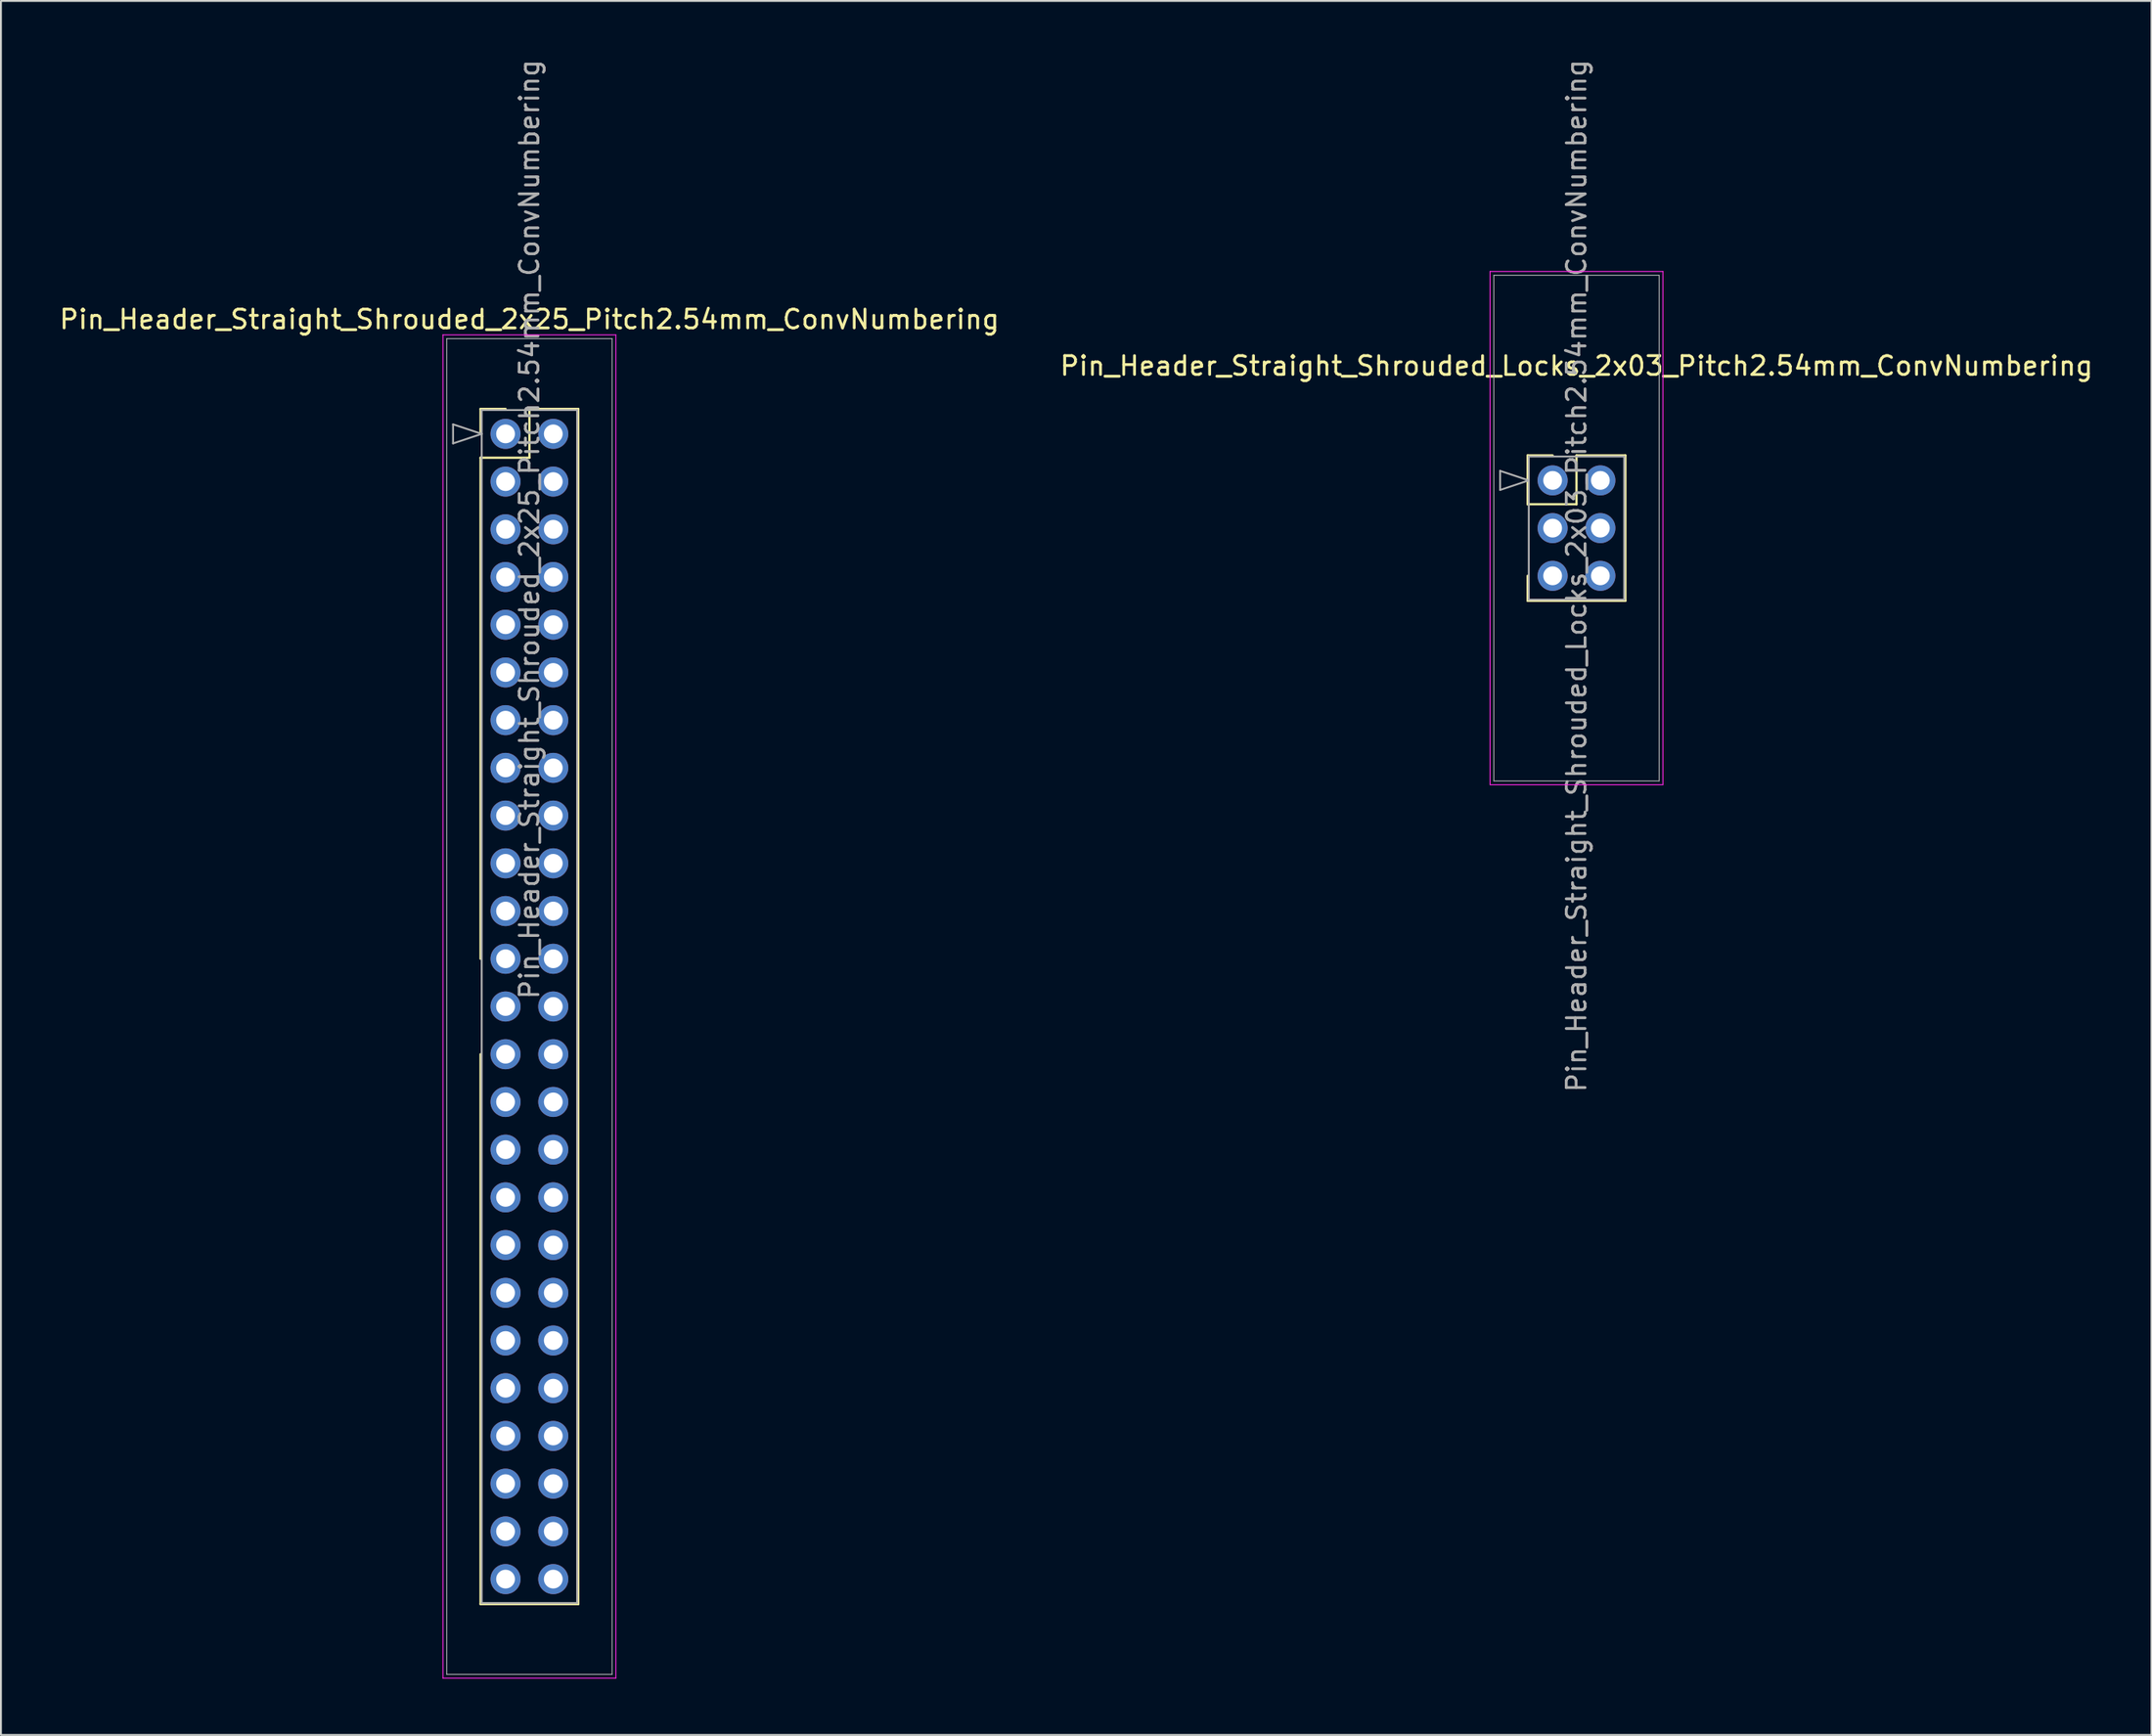
<source format=kicad_pcb>
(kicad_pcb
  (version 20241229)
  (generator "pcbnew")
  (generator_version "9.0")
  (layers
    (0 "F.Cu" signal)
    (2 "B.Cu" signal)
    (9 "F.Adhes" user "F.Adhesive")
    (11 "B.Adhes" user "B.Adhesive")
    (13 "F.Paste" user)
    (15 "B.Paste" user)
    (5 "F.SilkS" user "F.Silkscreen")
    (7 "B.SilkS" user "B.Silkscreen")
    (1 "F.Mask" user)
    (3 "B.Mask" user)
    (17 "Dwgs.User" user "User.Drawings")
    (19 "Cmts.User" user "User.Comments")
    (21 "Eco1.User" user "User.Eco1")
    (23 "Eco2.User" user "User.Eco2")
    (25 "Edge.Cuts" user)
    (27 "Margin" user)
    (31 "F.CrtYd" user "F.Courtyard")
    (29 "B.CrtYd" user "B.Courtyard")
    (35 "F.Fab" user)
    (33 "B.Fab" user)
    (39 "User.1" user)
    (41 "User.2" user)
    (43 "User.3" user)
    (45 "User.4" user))
  (footprint "Pin_Header_Straight_Shrouded_Locks_2x03_Pitch2.54mm_ConvNumbering"
    (layer "F.Cu")
    (at 79.581 22.521)
    (property "Reference" "Pin_Header_Straight_Shrouded_Locks_2x03_Pitch2.54mm_ConvNumbering" (at 1.27 -6.096 0) (layer "F.SilkS") (effects (font (size 1 1) (thickness 0.15))))
    (attr through_hole)
    (fp_line (start -1.33 -1.33) (end 0 -1.33) (stroke (width 0.12) (type solid)) (layer "F.SilkS"))
    (fp_line (start -1.33 0) (end -1.33 -1.33) (stroke (width 0.12) (type solid)) (layer "F.SilkS"))
    (fp_line (start -1.33 1.27) (end -1.33 0) (stroke (width 0.12) (type solid)) (layer "F.SilkS"))
    (fp_line (start -1.33 1.27) (end 1.27 1.27) (stroke (width 0.12) (type solid)) (layer "F.SilkS"))
    (fp_line (start -1.33 5.08) (end -1.33 6.41) (stroke (width 0.12) (type solid)) (layer "F.SilkS"))
    (fp_line (start -1.33 6.41) (end 3.87 6.41) (stroke (width 0.12) (type solid)) (layer "F.SilkS"))
    (fp_line (start 1.27 -1.33) (end 3.87 -1.33) (stroke (width 0.12) (type solid)) (layer "F.SilkS"))
    (fp_line (start 1.27 1.27) (end 1.27 -1.33) (stroke (width 0.12) (type solid)) (layer "F.SilkS"))
    (fp_line (start 3.87 -1.33) (end 3.87 6.41) (stroke (width 0.12) (type solid)) (layer "F.SilkS"))
    (fp_line (start -3.33 -11.12) (end -3.33 16.2) (stroke (width 0.05) (type solid)) (layer "F.CrtYd"))
    (fp_line (start -3.33 16.2) (end 5.87 16.2) (stroke (width 0.05) (type solid)) (layer "F.CrtYd"))
    (fp_line (start 5.87 -11.12) (end -3.33 -11.12) (stroke (width 0.05) (type solid)) (layer "F.CrtYd"))
    (fp_line (start 5.87 16.2) (end 5.87 -11.12) (stroke (width 0.05) (type solid)) (layer "F.CrtYd"))
    (fp_line (start -3.13 -10.92) (end -3.13 16) (stroke (width 0.05) (type solid)) (layer "F.Fab"))
    (fp_line (start -3.13 16) (end 5.67 16) (stroke (width 0.05) (type solid)) (layer "F.Fab"))
    (fp_line (start -2.794 -0.508) (end -1.27 0) (stroke (width 0.1) (type solid)) (layer "F.Fab"))
    (fp_line (start -2.794 0.508) (end -2.794 -0.508) (stroke (width 0.1) (type solid)) (layer "F.Fab"))
    (fp_line (start -1.27 -1.27) (end -1.27 6.35) (stroke (width 0.1) (type solid)) (layer "F.Fab"))
    (fp_line (start -1.27 0) (end -2.794 0.508) (stroke (width 0.1) (type solid)) (layer "F.Fab"))
    (fp_line (start -1.27 6.35) (end 3.81 6.35) (stroke (width 0.1) (type solid)) (layer "F.Fab"))
    (fp_line (start 3.81 -1.27) (end -1.27 -1.27) (stroke (width 0.1) (type solid)) (layer "F.Fab"))
    (fp_line (start 3.81 6.35) (end 3.81 -1.27) (stroke (width 0.1) (type solid)) (layer "F.Fab"))
    (fp_line (start 5.67 -10.92) (end -3.13 -10.92) (stroke (width 0.05) (type solid)) (layer "F.Fab"))
    (fp_line (start 5.67 16) (end 5.67 -10.92) (stroke (width 0.05) (type solid)) (layer "F.Fab"))
    (fp_text user "${REFERENCE}" (at 1.27 5.08 90) (layer "F.Fab") (effects (font (size 1 1) (thickness 0.15))))
    (pad "1" thru_hole oval (at 0 0) (size 1.6 1.6) (drill 1) (layers "*.Cu" "*.Mask"))
    (pad "2" thru_hole oval (at 2.54 0) (size 1.6 1.6) (drill 1) (layers "*.Cu" "*.Mask"))
    (pad "3" thru_hole oval (at 0 2.54) (size 1.6 1.6) (drill 1) (layers "*.Cu" "*.Mask"))
    (pad "4" thru_hole oval (at 2.54 2.54) (size 1.6 1.6) (drill 1) (layers "*.Cu" "*.Mask"))
    (pad "5" thru_hole oval (at 0 5.08) (size 1.6 1.6) (drill 1) (layers "*.Cu" "*.Mask"))
    (pad "6" thru_hole oval (at 2.54 5.08) (size 1.6 1.6) (drill 1) (layers "*.Cu" "*.Mask")))
  (footprint "Pin_Header_Straight_Shrouded_2x25_Pitch2.54mm_ConvNumbering"
    (layer "F.Cu")
    (at 23.855 20.045)
    (property "Reference" "Pin_Header_Straight_Shrouded_2x25_Pitch2.54mm_ConvNumbering" (at 1.27 -6.096 0) (layer "F.SilkS") (effects (font (size 1 1) (thickness 0.15))))
    (attr through_hole)
    (fp_line (start -1.33 -1.33) (end 0 -1.33) (stroke (width 0.12) (type solid)) (layer "F.SilkS"))
    (fp_line (start -1.33 0) (end -1.33 -1.33) (stroke (width 0.12) (type solid)) (layer "F.SilkS"))
    (fp_line (start -1.33 1.27) (end -1.33 27.94) (stroke (width 0.12) (type solid)) (layer "F.SilkS"))
    (fp_line (start -1.33 1.27) (end 1.27 1.27) (stroke (width 0.12) (type solid)) (layer "F.SilkS"))
    (fp_line (start -1.33 33.02) (end -1.33 62.29) (stroke (width 0.12) (type solid)) (layer "F.SilkS"))
    (fp_line (start -1.33 62.29) (end 3.87 62.29) (stroke (width 0.12) (type solid)) (layer "F.SilkS"))
    (fp_line (start 1.27 -1.33) (end 3.87 -1.33) (stroke (width 0.12) (type solid)) (layer "F.SilkS"))
    (fp_line (start 1.27 1.27) (end 1.27 -1.33) (stroke (width 0.12) (type solid)) (layer "F.SilkS"))
    (fp_line (start 3.87 -1.33) (end 3.87 62.29) (stroke (width 0.12) (type solid)) (layer "F.SilkS"))
    (fp_line (start -3.33 -5.27) (end -3.33 66.23) (stroke (width 0.05) (type solid)) (layer "F.CrtYd"))
    (fp_line (start -3.33 66.23) (end 5.87 66.23) (stroke (width 0.05) (type solid)) (layer "F.CrtYd"))
    (fp_line (start 5.87 -5.27) (end -3.33 -5.27) (stroke (width 0.05) (type solid)) (layer "F.CrtYd"))
    (fp_line (start 5.87 66.23) (end 5.87 -5.27) (stroke (width 0.05) (type solid)) (layer "F.CrtYd"))
    (fp_line (start -3.13 -5.07) (end -3.13 66.03) (stroke (width 0.05) (type solid)) (layer "F.Fab"))
    (fp_line (start -3.13 66.03) (end 5.67 66.03) (stroke (width 0.05) (type solid)) (layer "F.Fab"))
    (fp_line (start -2.794 -0.508) (end -1.27 0) (stroke (width 0.1) (type solid)) (layer "F.Fab"))
    (fp_line (start -2.794 0.508) (end -2.794 -0.508) (stroke (width 0.1) (type solid)) (layer "F.Fab"))
    (fp_line (start -1.27 -1.27) (end -1.27 62.23) (stroke (width 0.1) (type solid)) (layer "F.Fab"))
    (fp_line (start -1.27 0) (end -2.794 0.508) (stroke (width 0.1) (type solid)) (layer "F.Fab"))
    (fp_line (start -1.27 62.23) (end 3.81 62.23) (stroke (width 0.1) (type solid)) (layer "F.Fab"))
    (fp_line (start 3.81 -1.27) (end -1.27 -1.27) (stroke (width 0.1) (type solid)) (layer "F.Fab"))
    (fp_line (start 3.81 62.23) (end 3.81 -1.27) (stroke (width 0.1) (type solid)) (layer "F.Fab"))
    (fp_line (start 5.67 -5.07) (end -3.13 -5.07) (stroke (width 0.05) (type solid)) (layer "F.Fab"))
    (fp_line (start 5.67 66.03) (end 5.67 -5.07) (stroke (width 0.05) (type solid)) (layer "F.Fab"))
    (fp_text user "${REFERENCE}" (at 1.27 5.08 90) (layer "F.Fab") (effects (font (size 1 1) (thickness 0.15))))
    (pad "1" thru_hole oval (at 0 0) (size 1.6 1.6) (drill 1) (layers "*.Cu" "*.Mask"))
    (pad "2" thru_hole oval (at 2.54 0) (size 1.6 1.6) (drill 1) (layers "*.Cu" "*.Mask"))
    (pad "3" thru_hole oval (at 0 2.54) (size 1.6 1.6) (drill 1) (layers "*.Cu" "*.Mask"))
    (pad "4" thru_hole oval (at 2.54 2.54) (size 1.6 1.6) (drill 1) (layers "*.Cu" "*.Mask"))
    (pad "5" thru_hole oval (at 0 5.08) (size 1.6 1.6) (drill 1) (layers "*.Cu" "*.Mask"))
    (pad "6" thru_hole oval (at 2.54 5.08) (size 1.6 1.6) (drill 1) (layers "*.Cu" "*.Mask"))
    (pad "7" thru_hole oval (at 0 7.62) (size 1.6 1.6) (drill 1) (layers "*.Cu" "*.Mask"))
    (pad "8" thru_hole oval (at 2.54 7.62) (size 1.6 1.6) (drill 1) (layers "*.Cu" "*.Mask"))
    (pad "9" thru_hole oval (at 0 10.16) (size 1.6 1.6) (drill 1) (layers "*.Cu" "*.Mask"))
    (pad "10" thru_hole oval (at 2.54 10.16) (size 1.6 1.6) (drill 1) (layers "*.Cu" "*.Mask"))
    (pad "11" thru_hole oval (at 0 12.7) (size 1.6 1.6) (drill 1) (layers "*.Cu" "*.Mask"))
    (pad "12" thru_hole oval (at 2.54 12.7) (size 1.6 1.6) (drill 1) (layers "*.Cu" "*.Mask"))
    (pad "13" thru_hole oval (at 0 15.24) (size 1.6 1.6) (drill 1) (layers "*.Cu" "*.Mask"))
    (pad "14" thru_hole oval (at 2.54 15.24) (size 1.6 1.6) (drill 1) (layers "*.Cu" "*.Mask"))
    (pad "15" thru_hole oval (at 0 17.78) (size 1.6 1.6) (drill 1) (layers "*.Cu" "*.Mask"))
    (pad "16" thru_hole oval (at 2.54 17.78) (size 1.6 1.6) (drill 1) (layers "*.Cu" "*.Mask"))
    (pad "17" thru_hole oval (at 0 20.32) (size 1.6 1.6) (drill 1) (layers "*.Cu" "*.Mask"))
    (pad "18" thru_hole oval (at 2.54 20.32) (size 1.6 1.6) (drill 1) (layers "*.Cu" "*.Mask"))
    (pad "19" thru_hole oval (at 0 22.86) (size 1.6 1.6) (drill 1) (layers "*.Cu" "*.Mask"))
    (pad "20" thru_hole oval (at 2.54 22.86) (size 1.6 1.6) (drill 1) (layers "*.Cu" "*.Mask"))
    (pad "21" thru_hole oval (at 0 25.4) (size 1.6 1.6) (drill 1) (layers "*.Cu" "*.Mask"))
    (pad "22" thru_hole oval (at 2.54 25.4) (size 1.6 1.6) (drill 1) (layers "*.Cu" "*.Mask"))
    (pad "23" thru_hole oval (at 0 27.94) (size 1.6 1.6) (drill 1) (layers "*.Cu" "*.Mask"))
    (pad "24" thru_hole oval (at 2.54 27.94) (size 1.6 1.6) (drill 1) (layers "*.Cu" "*.Mask"))
    (pad "25" thru_hole oval (at 0 30.48) (size 1.6 1.6) (drill 1) (layers "*.Cu" "*.Mask"))
    (pad "26" thru_hole oval (at 2.54 30.48) (size 1.6 1.6) (drill 1) (layers "*.Cu" "*.Mask"))
    (pad "27" thru_hole oval (at 0 33.02) (size 1.6 1.6) (drill 1) (layers "*.Cu" "*.Mask"))
    (pad "28" thru_hole oval (at 2.54 33.02) (size 1.6 1.6) (drill 1) (layers "*.Cu" "*.Mask"))
    (pad "29" thru_hole oval (at 0 35.56) (size 1.6 1.6) (drill 1) (layers "*.Cu" "*.Mask"))
    (pad "30" thru_hole oval (at 2.54 35.56) (size 1.6 1.6) (drill 1) (layers "*.Cu" "*.Mask"))
    (pad "31" thru_hole oval (at 0 38.1) (size 1.6 1.6) (drill 1) (layers "*.Cu" "*.Mask"))
    (pad "32" thru_hole oval (at 2.54 38.1) (size 1.6 1.6) (drill 1) (layers "*.Cu" "*.Mask"))
    (pad "33" thru_hole oval (at 0 40.64) (size 1.6 1.6) (drill 1) (layers "*.Cu" "*.Mask"))
    (pad "34" thru_hole oval (at 2.54 40.64) (size 1.6 1.6) (drill 1) (layers "*.Cu" "*.Mask"))
    (pad "35" thru_hole oval (at 0 43.18) (size 1.6 1.6) (drill 1) (layers "*.Cu" "*.Mask"))
    (pad "36" thru_hole oval (at 2.54 43.18) (size 1.6 1.6) (drill 1) (layers "*.Cu" "*.Mask"))
    (pad "37" thru_hole oval (at 0 45.72) (size 1.6 1.6) (drill 1) (layers "*.Cu" "*.Mask"))
    (pad "38" thru_hole oval (at 2.54 45.72) (size 1.6 1.6) (drill 1) (layers "*.Cu" "*.Mask"))
    (pad "39" thru_hole oval (at 0 48.26) (size 1.6 1.6) (drill 1) (layers "*.Cu" "*.Mask"))
    (pad "40" thru_hole oval (at 2.54 48.26) (size 1.6 1.6) (drill 1) (layers "*.Cu" "*.Mask"))
    (pad "41" thru_hole oval (at 0 50.8) (size 1.6 1.6) (drill 1) (layers "*.Cu" "*.Mask"))
    (pad "42" thru_hole oval (at 2.54 50.8) (size 1.6 1.6) (drill 1) (layers "*.Cu" "*.Mask"))
    (pad "43" thru_hole oval (at 0 53.34) (size 1.6 1.6) (drill 1) (layers "*.Cu" "*.Mask"))
    (pad "44" thru_hole oval (at 2.54 53.34) (size 1.6 1.6) (drill 1) (layers "*.Cu" "*.Mask"))
    (pad "45" thru_hole oval (at 0 55.88) (size 1.6 1.6) (drill 1) (layers "*.Cu" "*.Mask"))
    (pad "46" thru_hole oval (at 2.54 55.88) (size 1.6 1.6) (drill 1) (layers "*.Cu" "*.Mask"))
    (pad "47" thru_hole oval (at 0 58.42) (size 1.6 1.6) (drill 1) (layers "*.Cu" "*.Mask"))
    (pad "48" thru_hole oval (at 2.54 58.42) (size 1.6 1.6) (drill 1) (layers "*.Cu" "*.Mask"))
    (pad "49" thru_hole oval (at 0 60.96) (size 1.6 1.6) (drill 1) (layers "*.Cu" "*.Mask"))
    (pad "50" thru_hole oval (at 2.54 60.96) (size 1.6 1.6) (drill 1) (layers "*.Cu" "*.Mask")))
  (gr_rect
    (start -3 -3)
    (end 111.452 89.3)
    (stroke (width 0.1) (type default))
    (fill no)
    (layer "Edge.Cuts")))
</source>
